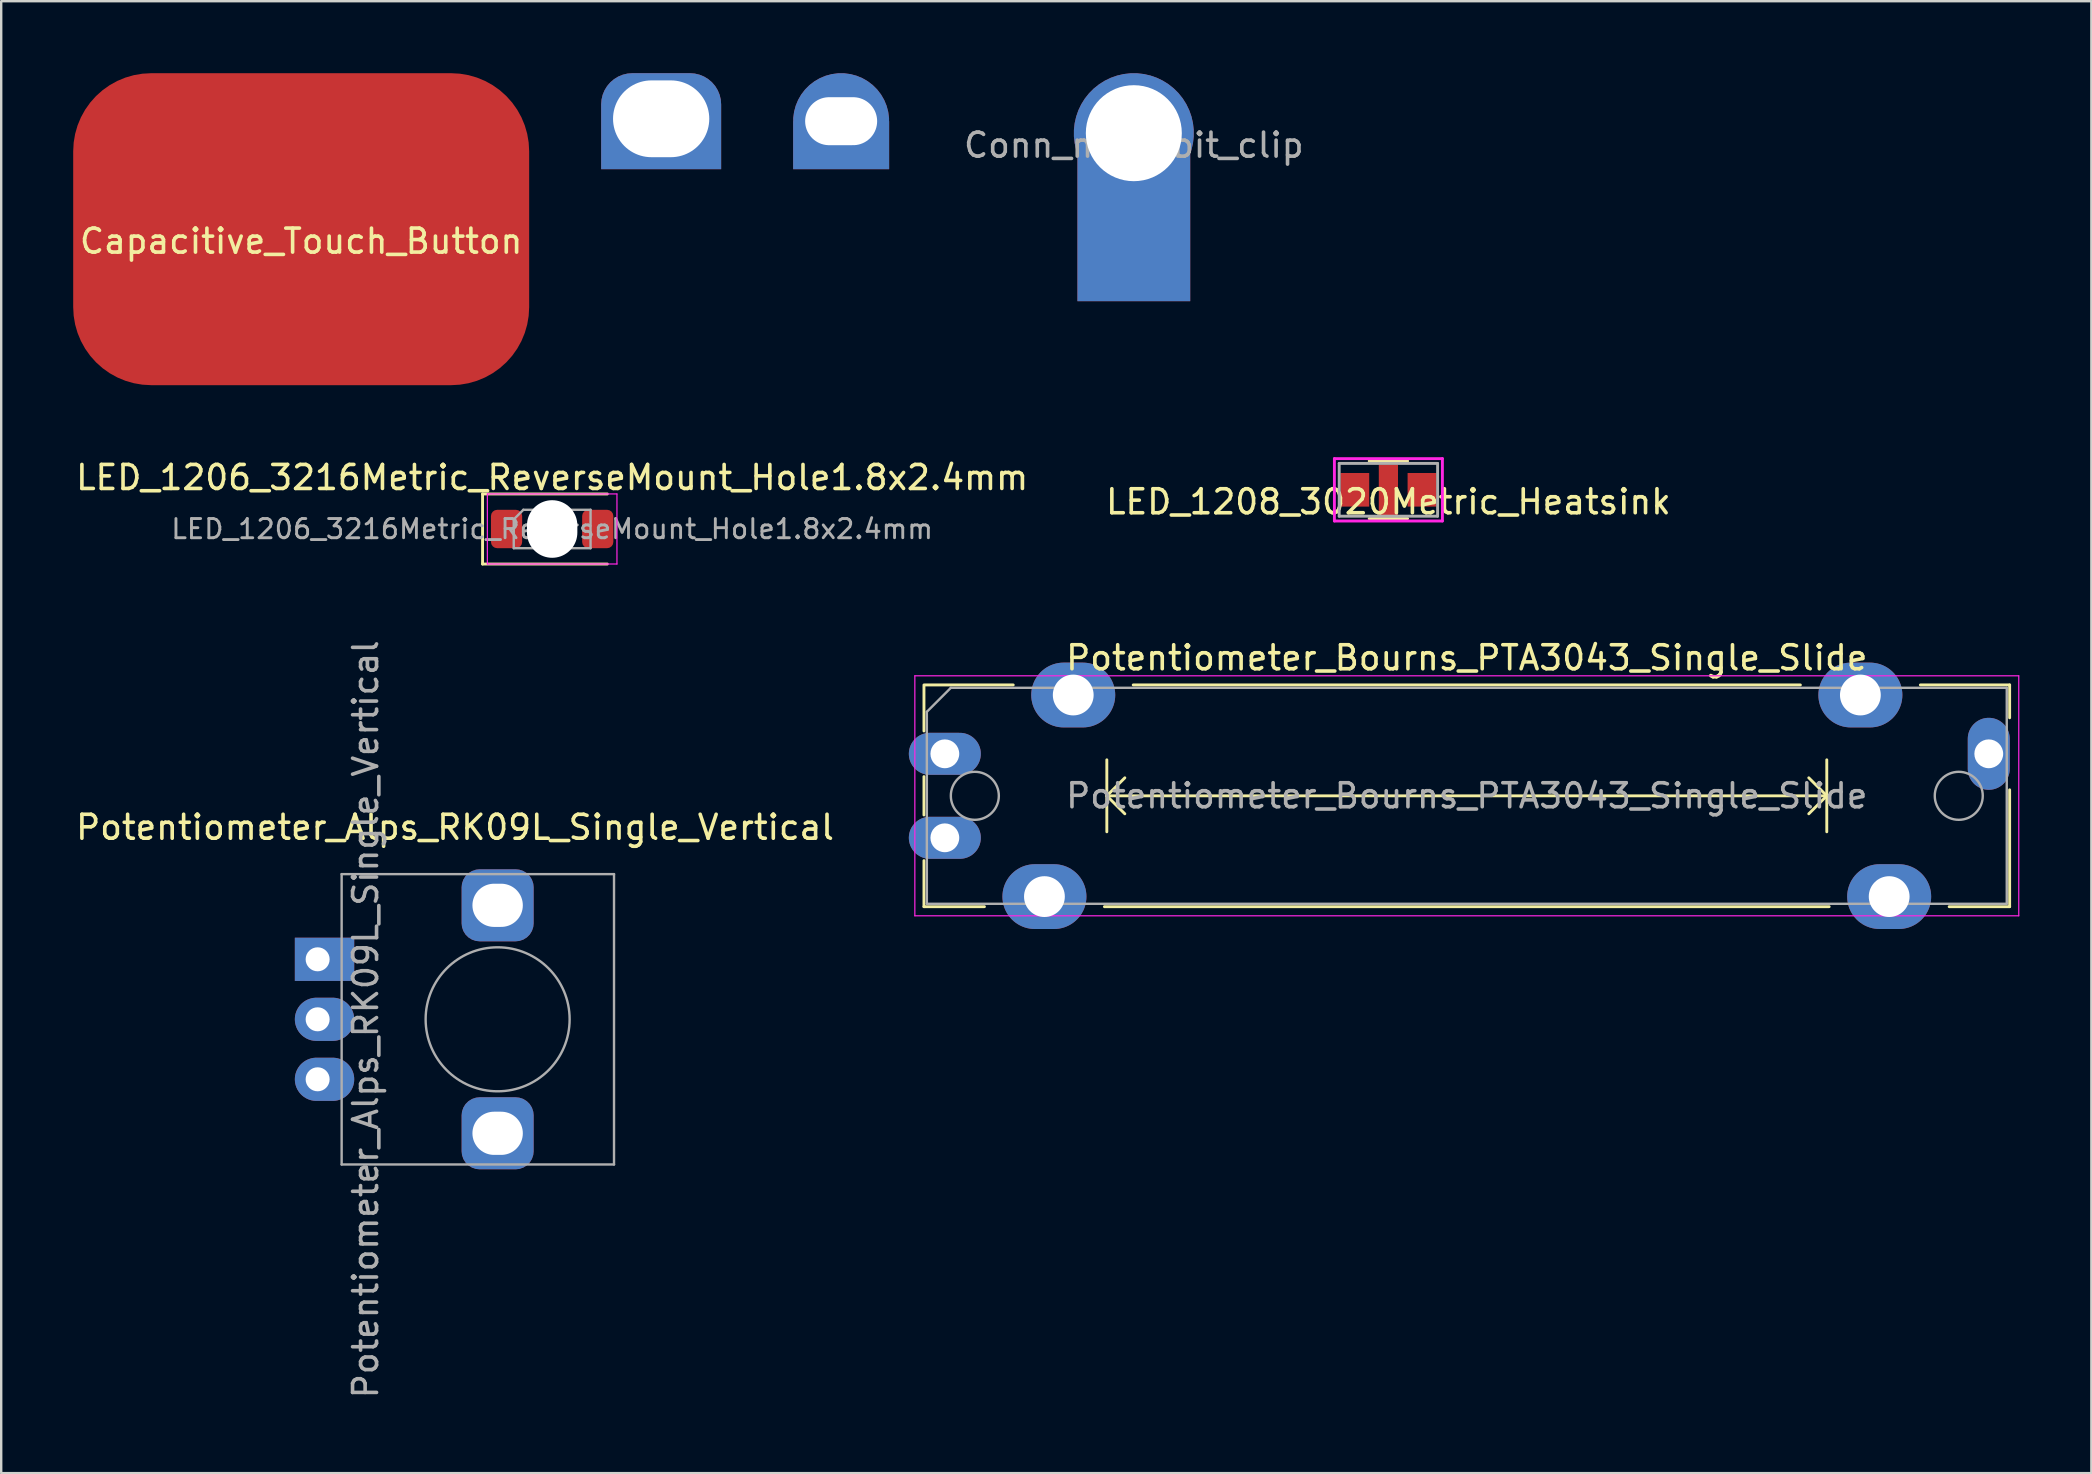
<source format=kicad_pcb>
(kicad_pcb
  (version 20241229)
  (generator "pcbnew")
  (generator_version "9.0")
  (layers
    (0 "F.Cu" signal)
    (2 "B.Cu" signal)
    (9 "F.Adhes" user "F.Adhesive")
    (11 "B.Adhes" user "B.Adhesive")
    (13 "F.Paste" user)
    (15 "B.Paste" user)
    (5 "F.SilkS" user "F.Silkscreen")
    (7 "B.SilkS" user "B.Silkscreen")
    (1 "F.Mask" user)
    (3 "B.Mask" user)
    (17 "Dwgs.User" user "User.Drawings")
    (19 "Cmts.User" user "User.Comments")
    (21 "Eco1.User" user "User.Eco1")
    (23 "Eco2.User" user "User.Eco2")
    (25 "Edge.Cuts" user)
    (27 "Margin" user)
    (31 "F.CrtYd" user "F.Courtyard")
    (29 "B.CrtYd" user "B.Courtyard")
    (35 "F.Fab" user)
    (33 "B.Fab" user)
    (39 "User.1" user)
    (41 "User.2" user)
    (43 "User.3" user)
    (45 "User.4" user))
  (footprint "Conn_alligator"
    (layer "F.Cu")
    (at 24.5 1.9)
    (property "Reference" "Conn_alligator" (at 0 0.1 0) (layer "F.Fab") (effects (font (size 0.1 0.1) (thickness 0.01))))
    (attr through_hole)
    (pad "1" thru_hole custom (at 0 0) (size 4.01 3.21) (drill oval 4.01 3.2) (layers "*.Cu" "*.Mask") (options (anchor rect)) (primitives (gr_line (start -1.2 -1.8) (end 1.2 -1.8) (width 0.2)) (gr_arc (start 1.2 -1.8) (mid 2.048528 -1.448528) (end 2.4 -0.6) (width 0.2)) (gr_arc (start -2.4 -0.6) (mid -2.048528 -1.448528) (end -1.2 -1.8) (width 0.2)) (gr_poly (pts (xy 2.5 2.1) (xy -2.5 2.1) (xy -2.5 -0.6) (xy 2.5 -0.6)) (width 0) (fill yes)) (gr_poly (pts (xy 1.8 -1.6) (xy 2 -1.4) (xy 2.2 -1.2) (xy 2.4 -0.7) (xy 2.4 -0.6) (xy -2.4 -0.6) (xy -2.4 -0.7) (xy -2.3 -0.9) (xy -2.2 -1.225) (xy -2.05 -1.375) (xy -1.6 -1.7) (xy -1.1 -1.8) (xy 1.3 -1.8)) (width 0.1) (fill yes)))))
  (footprint "Capacitive_Touch_Button"
    (layer "F.Cu")
    (at 9.5 6.5)
    (property "Reference" "Capacitive_Touch_Button" (at 0 0.5 0) (layer "F.SilkS") (effects (font (size 1 1) (thickness 0.15))))
    (attr exclude_from_pos_files exclude_from_bom)
    (pad "1" connect roundrect (at 0 0) (size 19 13) (layers "F.Cu") (roundrect_rratio 0.25)))
  (footprint "LED_1206_3216Metric_ReverseMount_Hole1.8x2.4mm"
    (layer "F.Cu")
    (at 19.958 18.993)
    (property "Reference" "LED_1206_3216Metric_ReverseMount_Hole1.8x2.4mm" (at 0 -2.145 0) (layer "F.SilkS") (effects (font (size 1 1) (thickness 0.15))))
    (attr smd)
    (fp_line (start -2.9 -1.46) (end -2.9 1.46) (stroke (width 0.12) (type solid)) (layer "F.SilkS"))
    (fp_line (start -2.9 1.46) (end 2.3 1.46) (stroke (width 0.12) (type solid)) (layer "F.SilkS"))
    (fp_line (start 2.3 -1.46) (end -2.9 -1.46) (stroke (width 0.12) (type solid)) (layer "F.SilkS"))
    (fp_line (start -2.7 -1.46) (end 2.7 -1.46) (stroke (width 0.05) (type solid)) (layer "F.CrtYd"))
    (fp_line (start -2.7 1.46) (end -2.7 -1.46) (stroke (width 0.05) (type solid)) (layer "F.CrtYd"))
    (fp_line (start 2.7 -1.46) (end 2.7 1.46) (stroke (width 0.05) (type solid)) (layer "F.CrtYd"))
    (fp_line (start 2.7 1.46) (end -2.7 1.46) (stroke (width 0.05) (type solid)) (layer "F.CrtYd"))
    (fp_line (start -1.6 -0.4) (end -1.6 0.8) (stroke (width 0.1) (type solid)) (layer "F.Fab"))
    (fp_line (start -1.6 0.8) (end 1.6 0.8) (stroke (width 0.1) (type solid)) (layer "F.Fab"))
    (fp_line (start -1.2 -0.8) (end -1.6 -0.4) (stroke (width 0.1) (type solid)) (layer "F.Fab"))
    (fp_line (start 1.6 -0.8) (end -1.2 -0.8) (stroke (width 0.1) (type solid)) (layer "F.Fab"))
    (fp_line (start 1.6 0.8) (end 1.6 -0.8) (stroke (width 0.1) (type solid)) (layer "F.Fab"))
    (fp_text user "${REFERENCE}" (at 0 0 0) (layer "F.Fab") (effects (font (size 0.8 0.8) (thickness 0.12))))
    (pad "" np_thru_hole oval (at 0 0) (size 2.1 2.4) (drill oval 2.1 2.4) (layers "*.Cu" "*.Mask"))
    (pad "1" smd roundrect (at -1.9 0) (size 1.3 1.6) (layers "F.Cu" "F.Mask" "F.Paste") (roundrect_rratio 0.2))
    (pad "2" smd roundrect (at 1.9 0) (size 1.3 1.6) (layers "F.Cu" "F.Mask" "F.Paste") (roundrect_rratio 0.2)))
  (footprint "LED_1208_3020Metric_Heatsink"
    (layer "F.Cu")
    (at 54.804 17.36)
    (property "Reference" "LED_1208_3020Metric_Heatsink" (at 0 0.5 0) (layer "F.SilkS") (effects (font (size 1 1) (thickness 0.15))))
    (attr smd)
    (fp_line (start -0.8 -1.2) (end 0.8 -1.2) (stroke (width 0.12) (type solid)) (layer "F.SilkS"))
    (fp_line (start -0.8 1.2) (end 0.8 1.2) (stroke (width 0.12) (type solid)) (layer "F.SilkS"))
    (fp_line (start -2.25 -1.3) (end -2.25 1.3) (stroke (width 0.12) (type solid)) (layer "F.CrtYd"))
    (fp_line (start -2.25 -1.3) (end 2.25 -1.3) (stroke (width 0.12) (type solid)) (layer "F.CrtYd"))
    (fp_line (start -2.25 1.3) (end 2.25 1.3) (stroke (width 0.12) (type solid)) (layer "F.CrtYd"))
    (fp_line (start 2.25 -1.3) (end 2.25 1.3) (stroke (width 0.12) (type solid)) (layer "F.CrtYd"))
    (fp_line (start -2.05 -1.1) (end -2.05 1.1) (stroke (width 0.12) (type solid)) (layer "F.Fab"))
    (fp_line (start -2.05 -1.1) (end 2.05 -1.1) (stroke (width 0.12) (type solid)) (layer "F.Fab"))
    (fp_line (start -2.05 1.1) (end 2.05 1.1) (stroke (width 0.12) (type solid)) (layer "F.Fab"))
    (fp_line (start 2.05 -1.1) (end 2.05 1.1) (stroke (width 0.12) (type solid)) (layer "F.Fab"))
    (pad "" smd rect (at 0 0) (size 0.8 2.1) (layers "F.Cu" "F.Mask" "F.Paste"))
    (pad "1" smd rect (at -1.4 0) (size 1.2 1.4) (layers "F.Cu" "F.Mask" "F.Paste"))
    (pad "2" smd rect (at 1.4 0) (size 1.2 1.4) (layers "F.Cu" "F.Mask" "F.Paste")))
  (footprint "Conn_alligator-banana_small"
    (layer "F.Cu")
    (at 32 2)
    (property "Reference" "Conn_alligator-banana_small" (at 0 0.125 0) (layer "F.Fab") (effects (font (size 0.1 0.1) (thickness 0.01))))
    (attr through_hole)
    (pad "1" thru_hole custom (at 0 0) (size 4 4) (drill oval 3 2) (layers "*.Cu" "*.Mask") (options (anchor circle)) (primitives (gr_poly (pts (xy -2 0) (xy 2 0) (xy 2 2) (xy -2 2)) (width 0) (fill yes)))))
  (footprint "Potentiometer_Bourns_PTA3043_Single_Slide"
    (layer "F.Cu")
    (at 36.321 28.361)
    (property "Reference" "Potentiometer_Bourns_PTA3043_Single_Slide" (at 21.75 -4 0) (layer "F.SilkS") (effects (font (size 1 1) (thickness 0.15))))
    (attr through_hole)
    (fp_line (start -0.87 -2.87) (end -0.87 -0.95) (stroke (width 0.12) (type solid)) (layer "F.SilkS"))
    (fp_line (start -0.87 0.95) (end -0.87 2.55) (stroke (width 0.12) (type solid)) (layer "F.SilkS"))
    (fp_line (start -0.87 4.45) (end -0.87 6.37) (stroke (width 0.12) (type solid)) (layer "F.SilkS"))
    (fp_line (start -0.87 6.37) (end 1.65 6.37) (stroke (width 0.12) (type solid)) (layer "F.SilkS"))
    (fp_line (start -0.82 -2.87) (end 2.85 -2.87) (stroke (width 0.12) (type solid)) (layer "F.SilkS"))
    (fp_line (start 6.65 6.37) (end 36.85 6.37) (stroke (width 0.12) (type solid)) (layer "F.SilkS"))
    (fp_line (start 6.75 0.25) (end 6.75 3.25) (stroke (width 0.12) (type solid)) (layer "F.SilkS"))
    (fp_line (start 6.75 1.75) (end 7.5 2.5) (stroke (width 0.12) (type solid)) (layer "F.SilkS"))
    (fp_line (start 6.75 1.75) (end 36.75 1.75) (stroke (width 0.12) (type solid)) (layer "F.SilkS"))
    (fp_line (start 7.5 1) (end 6.75 1.75) (stroke (width 0.12) (type solid)) (layer "F.SilkS"))
    (fp_line (start 7.85 -2.87) (end 35.65 -2.87) (stroke (width 0.12) (type solid)) (layer "F.SilkS"))
    (fp_line (start 36 1) (end 36.75 1.75) (stroke (width 0.12) (type solid)) (layer "F.SilkS"))
    (fp_line (start 36.75 0.25) (end 36.75 3.25) (stroke (width 0.12) (type solid)) (layer "F.SilkS"))
    (fp_line (start 36.75 1.75) (end 36 2.5) (stroke (width 0.12) (type solid)) (layer "F.SilkS"))
    (fp_line (start 40.65 -2.87) (end 44.37 -2.87) (stroke (width 0.12) (type solid)) (layer "F.SilkS"))
    (fp_line (start 41.85 6.37) (end 44.37 6.37) (stroke (width 0.12) (type solid)) (layer "F.SilkS"))
    (fp_line (start 44.37 -2.87) (end 44.37 -1.5) (stroke (width 0.12) (type solid)) (layer "F.SilkS"))
    (fp_line (start 44.37 1.5) (end 44.37 6.37) (stroke (width 0.12) (type solid)) (layer "F.SilkS"))
    (fp_line (start -1.25 -3.25) (end -1.25 6.75) (stroke (width 0.05) (type solid)) (layer "F.CrtYd"))
    (fp_line (start -1.25 6.75) (end 44.75 6.75) (stroke (width 0.05) (type solid)) (layer "F.CrtYd"))
    (fp_line (start 44.75 -3.25) (end -1.25 -3.25) (stroke (width 0.05) (type solid)) (layer "F.CrtYd"))
    (fp_line (start 44.75 6.75) (end 44.75 -3.25) (stroke (width 0.05) (type solid)) (layer "F.CrtYd"))
    (fp_line (start -0.75 -1.75) (end 0.25 -2.75) (stroke (width 0.1) (type solid)) (layer "F.Fab"))
    (fp_line (start -0.75 6.25) (end -0.75 -1.75) (stroke (width 0.1) (type solid)) (layer "F.Fab"))
    (fp_line (start 0.25 -2.75) (end 44.25 -2.75) (stroke (width 0.1) (type solid)) (layer "F.Fab"))
    (fp_line (start 44.25 -2.75) (end 44.25 6.25) (stroke (width 0.1) (type solid)) (layer "F.Fab"))
    (fp_line (start 44.25 6.25) (end -0.75 6.25) (stroke (width 0.1) (type solid)) (layer "F.Fab"))
    (fp_circle (center 1.25 1.75) (end 2.25 1.75) (stroke (width 0.1) (type solid)) (fill no) (layer "F.Fab"))
    (fp_circle (center 42.25 1.75) (end 43.25 1.75) (stroke (width 0.1) (type solid)) (fill no) (layer "F.Fab"))
    (fp_text user "${REFERENCE}" (at 21.75 1.75 0) (layer "F.Fab") (effects (font (size 1 1) (thickness 0.15))))
    (pad "1" thru_hole oval (at 0 0) (size 3 1.75) (drill 1.2) (layers "*.Cu" "*.Mask"))
    (pad "2" thru_hole oval (at 0 3.5) (size 3 1.75) (drill 1.2) (layers "*.Cu" "*.Mask"))
    (pad "3" thru_hole oval (at 43.5 0) (size 1.75 3) (drill 1.2) (layers "*.Cu" "*.Mask"))
    (pad "MP" thru_hole oval (at 4.15 5.95) (size 3.5 2.7) (drill 1.7) (layers "*.Cu" "*.Mask"))
    (pad "MP" thru_hole oval (at 5.35 -2.45) (size 3.5 2.7) (drill 1.7) (layers "*.Cu" "*.Mask"))
    (pad "MP" thru_hole oval (at 38.15 -2.45) (size 3.5 2.7) (drill 1.7) (layers "*.Cu" "*.Mask"))
    (pad "MP" thru_hole oval (at 39.35 5.95) (size 3.5 2.7) (drill 1.7) (layers "*.Cu" "*.Mask")))
  (footprint "Conn_microbit_clip"
    (layer "F.Cu")
    (at 44.196 2.5)
    (property "Reference" "Conn_microbit_clip" (at 0 0.5 0) (layer "F.Fab") (effects (font (size 1 1) (thickness 0.15))))
    (attr through_hole)
    (pad "1" thru_hole custom (at 0 0) (size 5 5) (drill 4) (layers "*.Cu" "*.Mask") (options (anchor circle)) (primitives (gr_poly (pts (xy -2.35 0) (xy 2.35 0) (xy 2.35 7) (xy -2.35 7)) (width 0) (fill yes)))))
  (footprint "Potentiometer_Alps_RK09L_Single_Vertical"
    (layer "F.Cu")
    (at 10.186 36.924)
    (property "Reference" "Potentiometer_Alps_RK09L_Single_Vertical" (at 5.725 -5.5 0) (layer "F.SilkS") (effects (font (size 1 1) (thickness 0.15))))
    (attr through_hole)
    (fp_line (start 1 -3.55) (end 1 8.55) (stroke (width 0.1) (type solid)) (layer "F.Fab"))
    (fp_line (start 1 8.55) (end 12.35 8.55) (stroke (width 0.1) (type solid)) (layer "F.Fab"))
    (fp_line (start 12.35 -3.55) (end 1 -3.55) (stroke (width 0.1) (type solid)) (layer "F.Fab"))
    (fp_line (start 12.35 8.55) (end 12.35 -3.55) (stroke (width 0.1) (type solid)) (layer "F.Fab"))
    (fp_circle (center 7.5 2.5) (end 10.5 2.5) (stroke (width 0.1) (type solid)) (fill no) (layer "F.Fab"))
    (fp_text user "${REFERENCE}" (at 2 2.5 90) (layer "F.Fab") (effects (font (size 1 1) (thickness 0.15))))
    (pad "1" thru_hole rect (at 0 0) (size 2.474 1.8) (drill 1 (offset 0.287 0)) (layers "*.Cu" "*.Mask"))
    (pad "2" thru_hole oval (at 0 2.5) (size 2.474 1.8) (drill 1 (offset 0.287 0)) (layers "*.Cu" "*.Mask"))
    (pad "3" thru_hole oval (at 0 5) (size 2.474 1.8) (drill 1 (offset 0.287 0)) (layers "*.Cu" "*.Mask"))
    (pad "MP" thru_hole roundrect (at 7.5 -2.25) (size 3 3) (drill oval 2.1 1.8) (layers "*.Cu" "*.Mask") (roundrect_rratio 0.25))
    (pad "MP" thru_hole roundrect (at 7.5 7.25) (size 3 3) (drill oval 2.1 1.8) (layers "*.Cu" "*.Mask") (roundrect_rratio 0.25)))
  (gr_rect
    (start -3 -3)
    (end 84.096 58.335)
    (stroke (width 0.1) (type default))
    (fill no)
    (layer "Edge.Cuts")))
</source>
